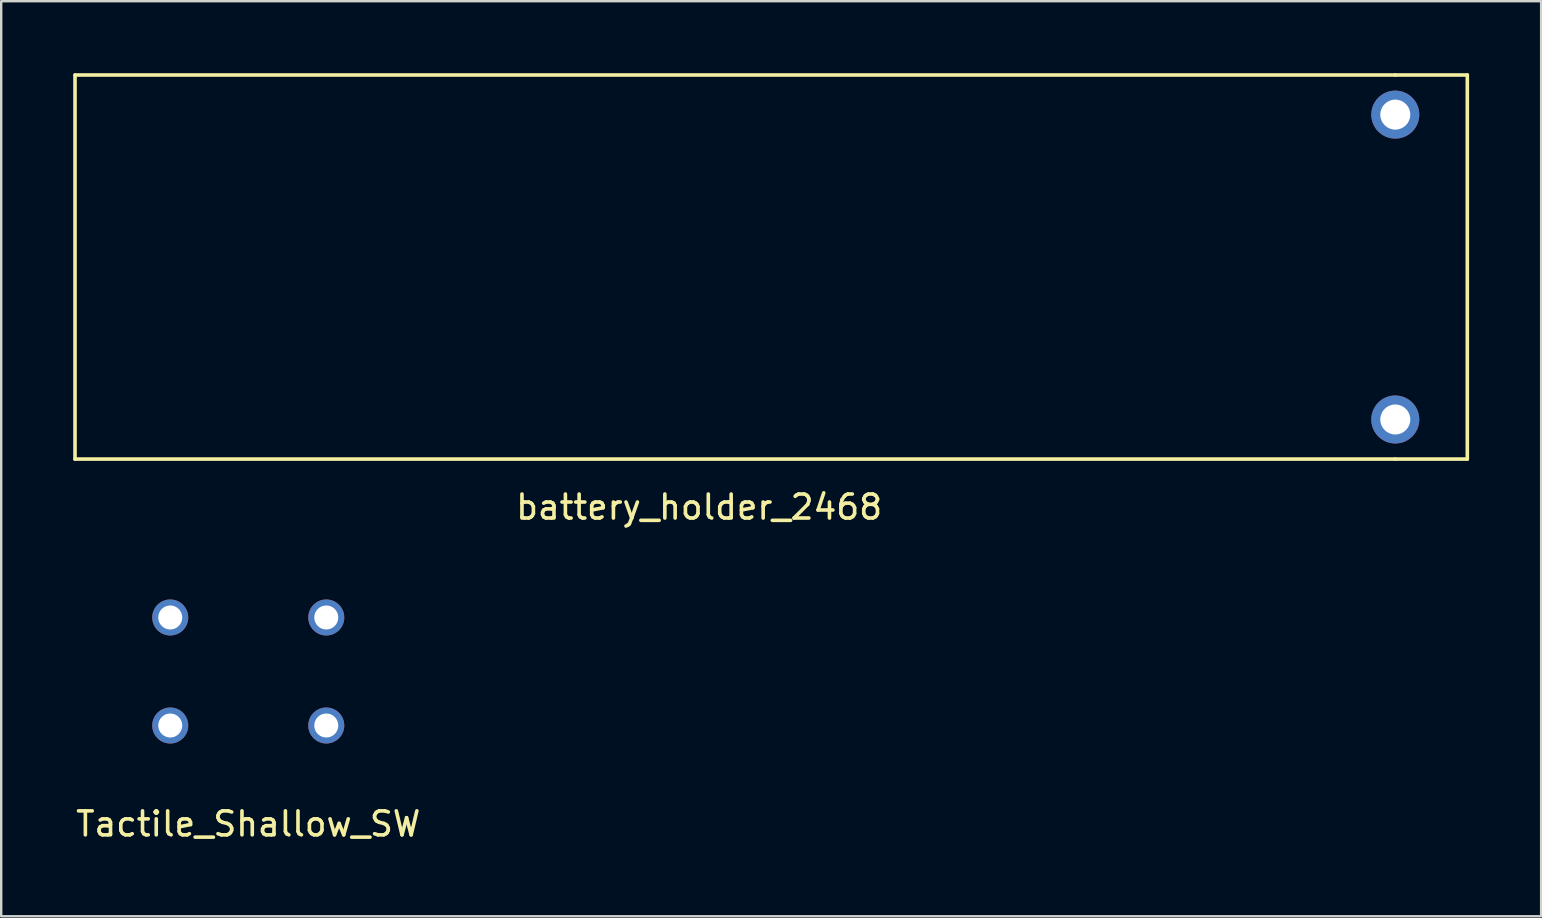
<source format=kicad_pcb>
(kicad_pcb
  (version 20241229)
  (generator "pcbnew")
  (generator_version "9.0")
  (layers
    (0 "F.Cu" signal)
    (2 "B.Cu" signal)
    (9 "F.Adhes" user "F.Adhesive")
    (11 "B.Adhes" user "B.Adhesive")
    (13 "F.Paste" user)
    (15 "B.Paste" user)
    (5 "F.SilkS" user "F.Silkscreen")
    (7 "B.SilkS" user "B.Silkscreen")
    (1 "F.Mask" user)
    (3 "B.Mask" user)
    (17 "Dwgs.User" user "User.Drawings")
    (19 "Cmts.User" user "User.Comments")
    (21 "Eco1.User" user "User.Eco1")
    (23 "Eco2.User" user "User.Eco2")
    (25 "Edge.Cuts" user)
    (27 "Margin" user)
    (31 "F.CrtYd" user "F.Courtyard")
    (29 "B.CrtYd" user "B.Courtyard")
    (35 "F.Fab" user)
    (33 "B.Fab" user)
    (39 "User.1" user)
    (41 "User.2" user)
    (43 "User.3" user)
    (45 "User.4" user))
  (footprint "Tactile_Shallow_SW"
    (layer "F.Cu")
    (at 7.292 24.923)
    (property "Reference" "Tactile_Shallow_SW" (at 0 6.35 0) (layer "F.SilkS") (effects (font (size 1 1) (thickness 0.15))))
    (attr through_hole)
    (pad "1" thru_hole circle (at -3.25 -2.25) (size 1.5 1.5) (drill 1) (layers "*.Cu" "*.Mask"))
    (pad "1" thru_hole circle (at 3.25 -2.25) (size 1.5 1.5) (drill 1) (layers "*.Cu" "*.Mask"))
    (pad "2" thru_hole circle (at -3.25 2.25) (size 1.5 1.5) (drill 1) (layers "*.Cu" "*.Mask"))
    (pad "2" thru_hole circle (at 3.25 2.25) (size 1.5 1.5) (drill 1) (layers "*.Cu" "*.Mask")))
  (footprint "battery_holder_2468"
    (layer "F.Cu")
    (at 55.075 8.075)
    (property "Reference" "battery_holder_2468" (at -29 10 0) (layer "F.SilkS") (effects (font (size 1 1) (thickness 0.15))))
    (attr through_hole)
    (fp_line (start -55 -8) (end -55 8) (stroke (width 0.15) (type solid)) (layer "F.SilkS"))
    (fp_line (start -55 8) (end 0 8) (stroke (width 0.15) (type solid)) (layer "F.SilkS"))
    (fp_line (start 0 -8) (end -55 -8) (stroke (width 0.15) (type solid)) (layer "F.SilkS"))
    (fp_line (start 0 -8) (end 3 -8) (stroke (width 0.15) (type solid)) (layer "F.SilkS"))
    (fp_line (start 3 -8) (end 3 8) (stroke (width 0.15) (type solid)) (layer "F.SilkS"))
    (fp_line (start 3 8) (end 0 8) (stroke (width 0.15) (type solid)) (layer "F.SilkS"))
    (pad "1" thru_hole circle (at 0 6.35) (size 2 2) (drill 1.25) (layers "*.Cu" "*.Mask"))
    (pad "2" thru_hole circle (at 0 -6.35) (size 2 2) (drill 1.25) (layers "*.Cu" "*.Mask")))
  (gr_rect
    (start -3 -3)
    (end 61.15 35.121)
    (stroke (width 0.1) (type default))
    (fill no)
    (layer "Edge.Cuts")))
</source>
